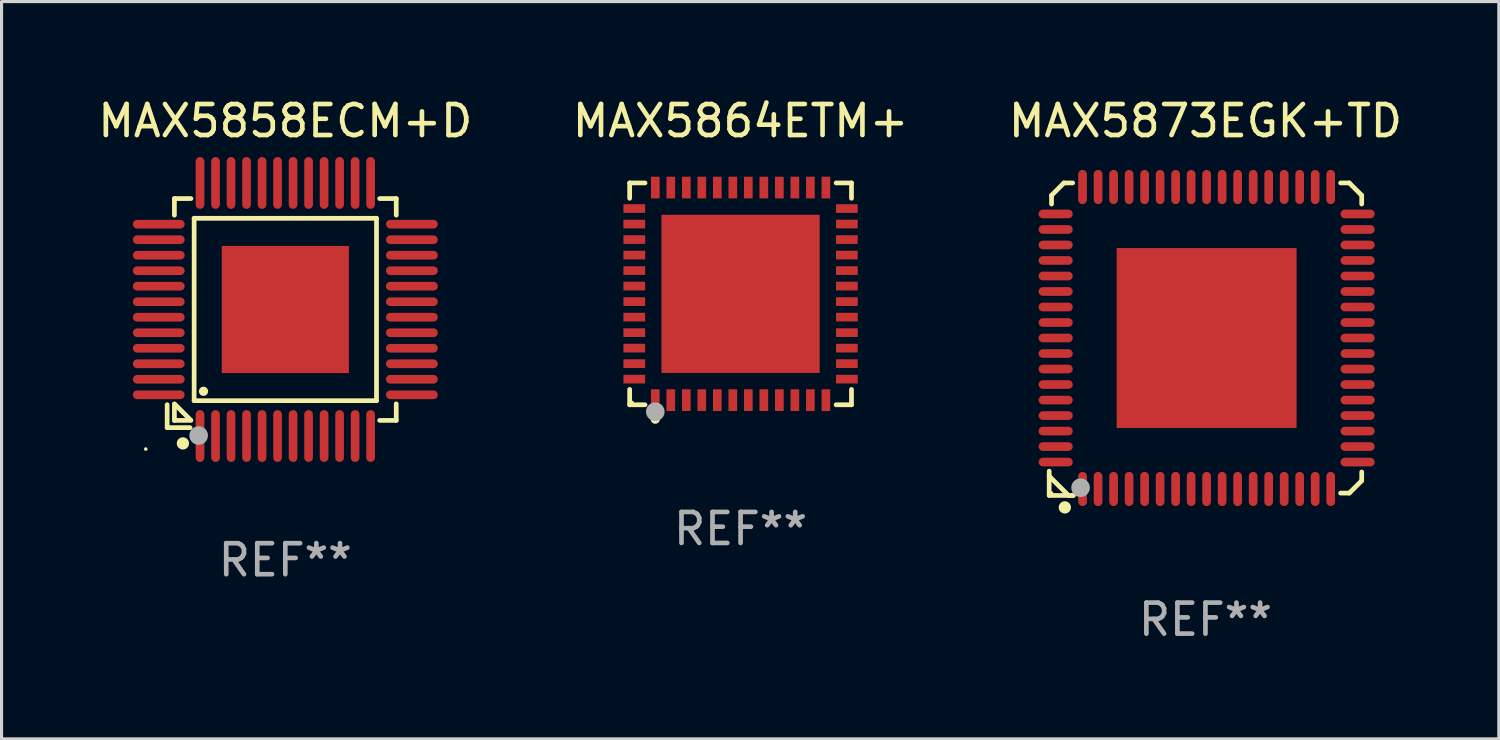
<source format=kicad_pcb>
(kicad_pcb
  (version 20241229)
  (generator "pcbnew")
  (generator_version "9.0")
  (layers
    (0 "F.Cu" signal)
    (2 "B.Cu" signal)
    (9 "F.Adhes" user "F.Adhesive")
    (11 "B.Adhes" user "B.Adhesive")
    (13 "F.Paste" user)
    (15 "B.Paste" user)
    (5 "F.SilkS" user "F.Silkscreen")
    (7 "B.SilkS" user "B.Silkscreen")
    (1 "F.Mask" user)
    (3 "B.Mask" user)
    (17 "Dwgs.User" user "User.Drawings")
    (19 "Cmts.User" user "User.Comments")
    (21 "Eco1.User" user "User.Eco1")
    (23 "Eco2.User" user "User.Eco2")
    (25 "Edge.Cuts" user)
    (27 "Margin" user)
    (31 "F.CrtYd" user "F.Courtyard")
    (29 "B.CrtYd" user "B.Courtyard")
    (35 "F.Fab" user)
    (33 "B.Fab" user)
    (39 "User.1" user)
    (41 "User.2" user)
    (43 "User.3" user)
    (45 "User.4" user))
  (footprint "MAX5858ECM+D"
    (layer "F.Cu")
    (at 6.149 6.928)
    (property "Reference" "MAX5858ECM+D" (at 0 -6.08 0) (layer "F.SilkS") (effects (font (size 1 1) (thickness 0.15))))
    (attr through_hole)
    (fp_line (start -3.81 3.07) (end -3.81 3.81) (stroke (width 0.152) (type solid)) (layer "F.SilkS"))
    (fp_line (start -3.81 3.81) (end -3.07 3.81) (stroke (width 0.152) (type solid)) (layer "F.SilkS"))
    (fp_line (start -3.576 -3.576) (end -3.576 -3.042) (stroke (width 0.152) (type solid)) (layer "F.SilkS"))
    (fp_line (start -3.576 3.576) (end -3.576 3.042) (stroke (width 0.152) (type solid)) (layer "F.SilkS"))
    (fp_line (start -3.549 3.069) (end -3.069 3.549) (stroke (width 0.152) (type solid)) (layer "F.SilkS"))
    (fp_line (start -3.042 -3.576) (end -3.576 -3.576) (stroke (width 0.152) (type solid)) (layer "F.SilkS"))
    (fp_line (start -3.042 3.576) (end -3.576 3.576) (stroke (width 0.152) (type solid)) (layer "F.SilkS"))
    (fp_line (start -2.94 -2.94) (end 2.94 -2.94) (stroke (width 0.152) (type solid)) (layer "F.SilkS"))
    (fp_line (start -2.94 2.94) (end -2.94 -2.94) (stroke (width 0.152) (type solid)) (layer "F.SilkS"))
    (fp_line (start 2.94 -2.94) (end 2.94 2.94) (stroke (width 0.152) (type solid)) (layer "F.SilkS"))
    (fp_line (start 2.94 2.94) (end -2.94 2.94) (stroke (width 0.152) (type solid)) (layer "F.SilkS"))
    (fp_line (start 3.042 -3.576) (end 3.576 -3.576) (stroke (width 0.152) (type solid)) (layer "F.SilkS"))
    (fp_line (start 3.042 3.576) (end 3.576 3.576) (stroke (width 0.152) (type solid)) (layer "F.SilkS"))
    (fp_line (start 3.576 -3.576) (end 3.576 -3.042) (stroke (width 0.152) (type solid)) (layer "F.SilkS"))
    (fp_line (start 3.576 3.576) (end 3.576 3.042) (stroke (width 0.152) (type solid)) (layer "F.SilkS"))
    (fp_circle (center -4.5 4.5) (end -4.47 4.5) (stroke (width 0.06) (type solid)) (fill no) (layer "F.SilkS"))
    (fp_circle (center -3.302 4.318) (end -3.202 4.318) (stroke (width 0.2) (type solid)) (fill no) (layer "F.SilkS"))
    (fp_circle (center -2.638 2.638) (end -2.563 2.638) (stroke (width 0.15) (type solid)) (fill no) (layer "F.SilkS"))
    (fp_circle (center -2.794 4.064) (end -2.644 4.064) (stroke (width 0.3) (type solid)) (fill no) (layer "F.Fab"))
    (fp_text user "REF**" (at 0 8.08 0) (layer "F.Fab") (effects (font (size 1 1) (thickness 0.15))))
    (pad "1" smd oval (at -2.75 4.08) (size 0.28 1.67) (layers "F.Cu" "F.Mask" "F.Paste"))
    (pad "2" smd oval (at -2.25 4.08) (size 0.28 1.67) (layers "F.Cu" "F.Mask" "F.Paste"))
    (pad "3" smd oval (at -1.75 4.08) (size 0.28 1.67) (layers "F.Cu" "F.Mask" "F.Paste"))
    (pad "4" smd oval (at -1.25 4.08) (size 0.28 1.67) (layers "F.Cu" "F.Mask" "F.Paste"))
    (pad "5" smd oval (at -0.75 4.08) (size 0.28 1.67) (layers "F.Cu" "F.Mask" "F.Paste"))
    (pad "6" smd oval (at -0.25 4.08) (size 0.28 1.67) (layers "F.Cu" "F.Mask" "F.Paste"))
    (pad "7" smd oval (at 0.25 4.08) (size 0.28 1.67) (layers "F.Cu" "F.Mask" "F.Paste"))
    (pad "8" smd oval (at 0.75 4.08) (size 0.28 1.67) (layers "F.Cu" "F.Mask" "F.Paste"))
    (pad "9" smd oval (at 1.25 4.08) (size 0.28 1.67) (layers "F.Cu" "F.Mask" "F.Paste"))
    (pad "10" smd oval (at 1.75 4.08) (size 0.28 1.67) (layers "F.Cu" "F.Mask" "F.Paste"))
    (pad "11" smd oval (at 2.25 4.08) (size 0.28 1.67) (layers "F.Cu" "F.Mask" "F.Paste"))
    (pad "12" smd oval (at 2.75 4.08) (size 0.28 1.67) (layers "F.Cu" "F.Mask" "F.Paste"))
    (pad "13" smd oval (at 4.08 2.75) (size 1.67 0.28) (layers "F.Cu" "F.Mask" "F.Paste"))
    (pad "14" smd oval (at 4.08 2.25) (size 1.67 0.28) (layers "F.Cu" "F.Mask" "F.Paste"))
    (pad "15" smd oval (at 4.08 1.75) (size 1.67 0.28) (layers "F.Cu" "F.Mask" "F.Paste"))
    (pad "16" smd oval (at 4.08 1.25) (size 1.67 0.28) (layers "F.Cu" "F.Mask" "F.Paste"))
    (pad "17" smd oval (at 4.08 0.75) (size 1.67 0.28) (layers "F.Cu" "F.Mask" "F.Paste"))
    (pad "18" smd oval (at 4.08 0.25) (size 1.67 0.28) (layers "F.Cu" "F.Mask" "F.Paste"))
    (pad "19" smd oval (at 4.08 -0.25) (size 1.67 0.28) (layers "F.Cu" "F.Mask" "F.Paste"))
    (pad "20" smd oval (at 4.08 -0.75) (size 1.67 0.28) (layers "F.Cu" "F.Mask" "F.Paste"))
    (pad "21" smd oval (at 4.08 -1.25) (size 1.67 0.28) (layers "F.Cu" "F.Mask" "F.Paste"))
    (pad "22" smd oval (at 4.08 -1.75) (size 1.67 0.28) (layers "F.Cu" "F.Mask" "F.Paste"))
    (pad "23" smd oval (at 4.08 -2.25) (size 1.67 0.28) (layers "F.Cu" "F.Mask" "F.Paste"))
    (pad "24" smd oval (at 4.08 -2.75) (size 1.67 0.28) (layers "F.Cu" "F.Mask" "F.Paste"))
    (pad "25" smd oval (at 2.75 -4.08) (size 0.28 1.67) (layers "F.Cu" "F.Mask" "F.Paste"))
    (pad "26" smd oval (at 2.25 -4.08) (size 0.28 1.67) (layers "F.Cu" "F.Mask" "F.Paste"))
    (pad "27" smd oval (at 1.75 -4.08) (size 0.28 1.67) (layers "F.Cu" "F.Mask" "F.Paste"))
    (pad "28" smd oval (at 1.25 -4.08) (size 0.28 1.67) (layers "F.Cu" "F.Mask" "F.Paste"))
    (pad "29" smd oval (at 0.75 -4.08) (size 0.28 1.67) (layers "F.Cu" "F.Mask" "F.Paste"))
    (pad "30" smd oval (at 0.25 -4.08) (size 0.28 1.67) (layers "F.Cu" "F.Mask" "F.Paste"))
    (pad "31" smd oval (at -0.25 -4.08) (size 0.28 1.67) (layers "F.Cu" "F.Mask" "F.Paste"))
    (pad "32" smd oval (at -0.75 -4.08) (size 0.28 1.67) (layers "F.Cu" "F.Mask" "F.Paste"))
    (pad "33" smd oval (at -1.25 -4.08) (size 0.28 1.67) (layers "F.Cu" "F.Mask" "F.Paste"))
    (pad "34" smd oval (at -1.75 -4.08) (size 0.28 1.67) (layers "F.Cu" "F.Mask" "F.Paste"))
    (pad "35" smd oval (at -2.25 -4.08) (size 0.28 1.67) (layers "F.Cu" "F.Mask" "F.Paste"))
    (pad "36" smd oval (at -2.75 -4.08) (size 0.28 1.67) (layers "F.Cu" "F.Mask" "F.Paste"))
    (pad "37" smd oval (at -4.08 -2.75) (size 1.67 0.28) (layers "F.Cu" "F.Mask" "F.Paste"))
    (pad "38" smd oval (at -4.08 -2.25) (size 1.67 0.28) (layers "F.Cu" "F.Mask" "F.Paste"))
    (pad "39" smd oval (at -4.08 -1.75) (size 1.67 0.28) (layers "F.Cu" "F.Mask" "F.Paste"))
    (pad "40" smd oval (at -4.08 -1.25) (size 1.67 0.28) (layers "F.Cu" "F.Mask" "F.Paste"))
    (pad "41" smd oval (at -4.08 -0.75) (size 1.67 0.28) (layers "F.Cu" "F.Mask" "F.Paste"))
    (pad "42" smd oval (at -4.08 -0.25) (size 1.67 0.28) (layers "F.Cu" "F.Mask" "F.Paste"))
    (pad "43" smd oval (at -4.08 0.25) (size 1.67 0.28) (layers "F.Cu" "F.Mask" "F.Paste"))
    (pad "44" smd oval (at -4.08 0.75) (size 1.67 0.28) (layers "F.Cu" "F.Mask" "F.Paste"))
    (pad "45" smd oval (at -4.08 1.25) (size 1.67 0.28) (layers "F.Cu" "F.Mask" "F.Paste"))
    (pad "46" smd oval (at -4.08 1.75) (size 1.67 0.28) (layers "F.Cu" "F.Mask" "F.Paste"))
    (pad "47" smd oval (at -4.08 2.25) (size 1.67 0.28) (layers "F.Cu" "F.Mask" "F.Paste"))
    (pad "48" smd oval (at -4.08 2.75) (size 1.67 0.28) (layers "F.Cu" "F.Mask" "F.Paste"))
    (pad "49" smd rect (at 0 0) (size 4.1 4.1) (layers "F.Cu" "F.Mask" "F.Paste")))
  (footprint "MAX5864ETM+"
    (layer "F.Cu")
    (at 20.827 6.424)
    (property "Reference" "MAX5864ETM+" (at 0 -5.576 0) (layer "F.SilkS") (effects (font (size 1 1) (thickness 0.15))))
    (attr through_hole)
    (fp_line (start -3.576 -3.576) (end -3.081 -3.576) (stroke (width 0.152) (type solid)) (layer "F.SilkS"))
    (fp_line (start -3.576 -3.081) (end -3.576 -3.576) (stroke (width 0.152) (type solid)) (layer "F.SilkS"))
    (fp_line (start -3.576 3.081) (end -3.576 3.576) (stroke (width 0.152) (type solid)) (layer "F.SilkS"))
    (fp_line (start -3.576 3.576) (end -3.081 3.576) (stroke (width 0.152) (type solid)) (layer "F.SilkS"))
    (fp_line (start 3.576 -3.576) (end 3.081 -3.576) (stroke (width 0.152) (type solid)) (layer "F.SilkS"))
    (fp_line (start 3.576 -3.081) (end 3.576 -3.576) (stroke (width 0.152) (type solid)) (layer "F.SilkS"))
    (fp_line (start 3.576 3.081) (end 3.576 3.576) (stroke (width 0.152) (type solid)) (layer "F.SilkS"))
    (fp_line (start 3.576 3.576) (end 3.081 3.576) (stroke (width 0.152) (type solid)) (layer "F.SilkS"))
    (fp_circle (center -3.5 3.5) (end -3.47 3.5) (stroke (width 0.06) (type solid)) (fill no) (layer "F.SilkS"))
    (fp_circle (center -2.75 4.04) (end -2.675 4.04) (stroke (width 0.15) (type solid)) (fill no) (layer "F.SilkS"))
    (fp_circle (center -2.75 3.8) (end -2.6 3.8) (stroke (width 0.3) (type solid)) (fill no) (layer "F.Fab"))
    (fp_text user "REF**" (at 0 7.576 0) (layer "F.Fab") (effects (font (size 1 1) (thickness 0.15))))
    (pad "1" smd rect (at -2.75 3.427) (size 0.28 0.7) (layers "F.Cu" "F.Mask" "F.Paste"))
    (pad "2" smd rect (at -2.25 3.427) (size 0.28 0.7) (layers "F.Cu" "F.Mask" "F.Paste"))
    (pad "3" smd rect (at -1.75 3.427) (size 0.28 0.7) (layers "F.Cu" "F.Mask" "F.Paste"))
    (pad "4" smd rect (at -1.25 3.427) (size 0.28 0.7) (layers "F.Cu" "F.Mask" "F.Paste"))
    (pad "5" smd rect (at -0.75 3.427) (size 0.28 0.7) (layers "F.Cu" "F.Mask" "F.Paste"))
    (pad "6" smd rect (at -0.25 3.427) (size 0.28 0.7) (layers "F.Cu" "F.Mask" "F.Paste"))
    (pad "7" smd rect (at 0.25 3.427) (size 0.28 0.7) (layers "F.Cu" "F.Mask" "F.Paste"))
    (pad "8" smd rect (at 0.75 3.427) (size 0.28 0.7) (layers "F.Cu" "F.Mask" "F.Paste"))
    (pad "9" smd rect (at 1.25 3.427) (size 0.28 0.7) (layers "F.Cu" "F.Mask" "F.Paste"))
    (pad "10" smd rect (at 1.75 3.427) (size 0.28 0.7) (layers "F.Cu" "F.Mask" "F.Paste"))
    (pad "11" smd rect (at 2.25 3.427) (size 0.28 0.7) (layers "F.Cu" "F.Mask" "F.Paste"))
    (pad "12" smd rect (at 2.75 3.427) (size 0.28 0.7) (layers "F.Cu" "F.Mask" "F.Paste"))
    (pad "13" smd rect (at 3.427 2.75) (size 0.7 0.28) (layers "F.Cu" "F.Mask" "F.Paste"))
    (pad "14" smd rect (at 3.427 2.25) (size 0.7 0.28) (layers "F.Cu" "F.Mask" "F.Paste"))
    (pad "15" smd rect (at 3.427 1.75) (size 0.7 0.28) (layers "F.Cu" "F.Mask" "F.Paste"))
    (pad "16" smd rect (at 3.427 1.25) (size 0.7 0.28) (layers "F.Cu" "F.Mask" "F.Paste"))
    (pad "17" smd rect (at 3.427 0.75) (size 0.7 0.28) (layers "F.Cu" "F.Mask" "F.Paste"))
    (pad "18" smd rect (at 3.427 0.25) (size 0.7 0.28) (layers "F.Cu" "F.Mask" "F.Paste"))
    (pad "19" smd rect (at 3.427 -0.25) (size 0.7 0.28) (layers "F.Cu" "F.Mask" "F.Paste"))
    (pad "20" smd rect (at 3.427 -0.75) (size 0.7 0.28) (layers "F.Cu" "F.Mask" "F.Paste"))
    (pad "21" smd rect (at 3.427 -1.25) (size 0.7 0.28) (layers "F.Cu" "F.Mask" "F.Paste"))
    (pad "22" smd rect (at 3.427 -1.75) (size 0.7 0.28) (layers "F.Cu" "F.Mask" "F.Paste"))
    (pad "23" smd rect (at 3.427 -2.25) (size 0.7 0.28) (layers "F.Cu" "F.Mask" "F.Paste"))
    (pad "24" smd rect (at 3.427 -2.75) (size 0.7 0.28) (layers "F.Cu" "F.Mask" "F.Paste"))
    (pad "25" smd rect (at 2.75 -3.427) (size 0.28 0.7) (layers "F.Cu" "F.Mask" "F.Paste"))
    (pad "26" smd rect (at 2.25 -3.427) (size 0.28 0.7) (layers "F.Cu" "F.Mask" "F.Paste"))
    (pad "27" smd rect (at 1.75 -3.427) (size 0.28 0.7) (layers "F.Cu" "F.Mask" "F.Paste"))
    (pad "28" smd rect (at 1.25 -3.427) (size 0.28 0.7) (layers "F.Cu" "F.Mask" "F.Paste"))
    (pad "29" smd rect (at 0.75 -3.427) (size 0.28 0.7) (layers "F.Cu" "F.Mask" "F.Paste"))
    (pad "30" smd rect (at 0.25 -3.427) (size 0.28 0.7) (layers "F.Cu" "F.Mask" "F.Paste"))
    (pad "31" smd rect (at -0.25 -3.427) (size 0.28 0.7) (layers "F.Cu" "F.Mask" "F.Paste"))
    (pad "32" smd rect (at -0.75 -3.427) (size 0.28 0.7) (layers "F.Cu" "F.Mask" "F.Paste"))
    (pad "33" smd rect (at -1.25 -3.427) (size 0.28 0.7) (layers "F.Cu" "F.Mask" "F.Paste"))
    (pad "34" smd rect (at -1.75 -3.427) (size 0.28 0.7) (layers "F.Cu" "F.Mask" "F.Paste"))
    (pad "35" smd rect (at -2.25 -3.427) (size 0.28 0.7) (layers "F.Cu" "F.Mask" "F.Paste"))
    (pad "36" smd rect (at -2.75 -3.427) (size 0.28 0.7) (layers "F.Cu" "F.Mask" "F.Paste"))
    (pad "37" smd rect (at -3.427 -2.75) (size 0.7 0.28) (layers "F.Cu" "F.Mask" "F.Paste"))
    (pad "38" smd rect (at -3.427 -2.25) (size 0.7 0.28) (layers "F.Cu" "F.Mask" "F.Paste"))
    (pad "39" smd rect (at -3.427 -1.75) (size 0.7 0.28) (layers "F.Cu" "F.Mask" "F.Paste"))
    (pad "40" smd rect (at -3.427 -1.25) (size 0.7 0.28) (layers "F.Cu" "F.Mask" "F.Paste"))
    (pad "41" smd rect (at -3.427 -0.75) (size 0.7 0.28) (layers "F.Cu" "F.Mask" "F.Paste"))
    (pad "42" smd rect (at -3.427 -0.25) (size 0.7 0.28) (layers "F.Cu" "F.Mask" "F.Paste"))
    (pad "43" smd rect (at -3.427 0.25) (size 0.7 0.28) (layers "F.Cu" "F.Mask" "F.Paste"))
    (pad "44" smd rect (at -3.427 0.75) (size 0.7 0.28) (layers "F.Cu" "F.Mask" "F.Paste"))
    (pad "45" smd rect (at -3.427 1.25) (size 0.7 0.28) (layers "F.Cu" "F.Mask" "F.Paste"))
    (pad "46" smd rect (at -3.427 1.75) (size 0.7 0.28) (layers "F.Cu" "F.Mask" "F.Paste"))
    (pad "47" smd rect (at -3.427 2.25) (size 0.7 0.28) (layers "F.Cu" "F.Mask" "F.Paste"))
    (pad "48" smd rect (at -3.427 2.75) (size 0.7 0.28) (layers "F.Cu" "F.Mask" "F.Paste"))
    (pad "49" smd rect (at 0 0) (size 5.1 5.1) (layers "F.Cu" "F.Mask" "F.Paste")))
  (footprint "MAX5873EGK+TD"
    (layer "F.Cu")
    (at 35.815 7.886)
    (property "Reference" "MAX5873EGK+TD" (at 0 -7.038 0) (layer "F.SilkS") (effects (font (size 1 1) (thickness 0.15))))
    (attr through_hole)
    (fp_line (start -5.038 5.038) (end -5.038 4.254) (stroke (width 0.152) (type solid)) (layer "F.SilkS"))
    (fp_line (start -4.962 -4.638) (end -4.562 -5.038) (stroke (width 0.152) (type solid)) (layer "F.SilkS"))
    (fp_line (start -4.962 -4.358) (end -4.962 -4.638) (stroke (width 0.152) (type solid)) (layer "F.SilkS"))
    (fp_line (start -4.562 -5.038) (end -4.282 -5.038) (stroke (width 0.152) (type solid)) (layer "F.SilkS"))
    (fp_line (start -4.416 5.038) (end -5.038 4.416) (stroke (width 0.152) (type solid)) (layer "F.SilkS"))
    (fp_line (start -4.282 5.038) (end -4.416 5.038) (stroke (width 0.152) (type solid)) (layer "F.SilkS"))
    (fp_line (start -4.254 5.038) (end -5.038 5.038) (stroke (width 0.152) (type solid)) (layer "F.SilkS"))
    (fp_line (start 4.358 -5.038) (end 4.638 -5.038) (stroke (width 0.152) (type solid)) (layer "F.SilkS"))
    (fp_line (start 4.638 -5.038) (end 5.038 -4.638) (stroke (width 0.152) (type solid)) (layer "F.SilkS"))
    (fp_line (start 4.638 4.962) (end 4.358 4.962) (stroke (width 0.152) (type solid)) (layer "F.SilkS"))
    (fp_line (start 5.038 -4.638) (end 5.038 -4.358) (stroke (width 0.152) (type solid)) (layer "F.SilkS"))
    (fp_line (start 5.038 4.282) (end 5.038 4.562) (stroke (width 0.152) (type solid)) (layer "F.SilkS"))
    (fp_line (start 5.038 4.562) (end 4.638 4.962) (stroke (width 0.152) (type solid)) (layer "F.SilkS"))
    (fp_circle (center -4.962 4.962) (end -4.932 4.962) (stroke (width 0.06) (type solid)) (fill no) (layer "F.SilkS"))
    (fp_circle (center -4.534 5.423) (end -4.434 5.423) (stroke (width 0.2) (type solid)) (fill no) (layer "F.SilkS"))
    (fp_circle (center -4.026 4.788) (end -3.876 4.788) (stroke (width 0.3) (type solid)) (fill no) (layer "F.Fab"))
    (fp_text user "REF**" (at 0 9.038 0) (layer "F.Fab") (effects (font (size 1 1) (thickness 0.15))))
    (pad "1" smd oval (at -3.962 4.829) (size 0.28 1.1) (layers "F.Cu" "F.Mask" "F.Paste"))
    (pad "2" smd oval (at -3.462 4.829) (size 0.28 1.1) (layers "F.Cu" "F.Mask" "F.Paste"))
    (pad "3" smd oval (at -2.962 4.829) (size 0.28 1.1) (layers "F.Cu" "F.Mask" "F.Paste"))
    (pad "4" smd oval (at -2.462 4.829) (size 0.28 1.1) (layers "F.Cu" "F.Mask" "F.Paste"))
    (pad "5" smd oval (at -1.962 4.829) (size 0.28 1.1) (layers "F.Cu" "F.Mask" "F.Paste"))
    (pad "6" smd oval (at -1.462 4.829) (size 0.28 1.1) (layers "F.Cu" "F.Mask" "F.Paste"))
    (pad "7" smd oval (at -0.962 4.829) (size 0.28 1.1) (layers "F.Cu" "F.Mask" "F.Paste"))
    (pad "8" smd oval (at -0.462 4.829) (size 0.28 1.1) (layers "F.Cu" "F.Mask" "F.Paste"))
    (pad "9" smd oval (at 0.038 4.829) (size 0.28 1.1) (layers "F.Cu" "F.Mask" "F.Paste"))
    (pad "10" smd oval (at 0.538 4.829) (size 0.28 1.1) (layers "F.Cu" "F.Mask" "F.Paste"))
    (pad "11" smd oval (at 1.038 4.829) (size 0.28 1.1) (layers "F.Cu" "F.Mask" "F.Paste"))
    (pad "12" smd oval (at 1.538 4.829) (size 0.28 1.1) (layers "F.Cu" "F.Mask" "F.Paste"))
    (pad "13" smd oval (at 2.038 4.829) (size 0.28 1.1) (layers "F.Cu" "F.Mask" "F.Paste"))
    (pad "14" smd oval (at 2.538 4.829) (size 0.28 1.1) (layers "F.Cu" "F.Mask" "F.Paste"))
    (pad "15" smd oval (at 3.038 4.829) (size 0.28 1.1) (layers "F.Cu" "F.Mask" "F.Paste"))
    (pad "16" smd oval (at 3.538 4.829) (size 0.28 1.1) (layers "F.Cu" "F.Mask" "F.Paste"))
    (pad "17" smd oval (at 4.038 4.829) (size 0.28 1.1) (layers "F.Cu" "F.Mask" "F.Paste"))
    (pad "18" smd oval (at 4.906 3.962) (size 1.1 0.28) (layers "F.Cu" "F.Mask" "F.Paste"))
    (pad "19" smd oval (at 4.906 3.462) (size 1.1 0.28) (layers "F.Cu" "F.Mask" "F.Paste"))
    (pad "20" smd oval (at 4.906 2.962) (size 1.1 0.28) (layers "F.Cu" "F.Mask" "F.Paste"))
    (pad "21" smd oval (at 4.906 2.462) (size 1.1 0.28) (layers "F.Cu" "F.Mask" "F.Paste"))
    (pad "22" smd oval (at 4.906 1.962) (size 1.1 0.28) (layers "F.Cu" "F.Mask" "F.Paste"))
    (pad "23" smd oval (at 4.906 1.462) (size 1.1 0.28) (layers "F.Cu" "F.Mask" "F.Paste"))
    (pad "24" smd oval (at 4.906 0.962) (size 1.1 0.28) (layers "F.Cu" "F.Mask" "F.Paste"))
    (pad "25" smd oval (at 4.906 0.462) (size 1.1 0.28) (layers "F.Cu" "F.Mask" "F.Paste"))
    (pad "26" smd oval (at 4.906 -0.038) (size 1.1 0.28) (layers "F.Cu" "F.Mask" "F.Paste"))
    (pad "27" smd oval (at 4.906 -0.538) (size 1.1 0.28) (layers "F.Cu" "F.Mask" "F.Paste"))
    (pad "28" smd oval (at 4.906 -1.038) (size 1.1 0.28) (layers "F.Cu" "F.Mask" "F.Paste"))
    (pad "29" smd oval (at 4.906 -1.538) (size 1.1 0.28) (layers "F.Cu" "F.Mask" "F.Paste"))
    (pad "30" smd oval (at 4.906 -2.038) (size 1.1 0.28) (layers "F.Cu" "F.Mask" "F.Paste"))
    (pad "31" smd oval (at 4.906 -2.538) (size 1.1 0.28) (layers "F.Cu" "F.Mask" "F.Paste"))
    (pad "32" smd oval (at 4.906 -3.038) (size 1.1 0.28) (layers "F.Cu" "F.Mask" "F.Paste"))
    (pad "33" smd oval (at 4.906 -3.538) (size 1.1 0.28) (layers "F.Cu" "F.Mask" "F.Paste"))
    (pad "34" smd oval (at 4.906 -4.038) (size 1.1 0.28) (layers "F.Cu" "F.Mask" "F.Paste"))
    (pad "35" smd oval (at 4.038 -4.906) (size 0.28 1.1) (layers "F.Cu" "F.Mask" "F.Paste"))
    (pad "36" smd oval (at 3.538 -4.906) (size 0.28 1.1) (layers "F.Cu" "F.Mask" "F.Paste"))
    (pad "37" smd oval (at 3.038 -4.906) (size 0.28 1.1) (layers "F.Cu" "F.Mask" "F.Paste"))
    (pad "38" smd oval (at 2.538 -4.906) (size 0.28 1.1) (layers "F.Cu" "F.Mask" "F.Paste"))
    (pad "39" smd oval (at 2.038 -4.906) (size 0.28 1.1) (layers "F.Cu" "F.Mask" "F.Paste"))
    (pad "40" smd oval (at 1.538 -4.906) (size 0.28 1.1) (layers "F.Cu" "F.Mask" "F.Paste"))
    (pad "41" smd oval (at 1.038 -4.906) (size 0.28 1.1) (layers "F.Cu" "F.Mask" "F.Paste"))
    (pad "42" smd oval (at 0.538 -4.906) (size 0.28 1.1) (layers "F.Cu" "F.Mask" "F.Paste"))
    (pad "43" smd oval (at 0.038 -4.906) (size 0.28 1.1) (layers "F.Cu" "F.Mask" "F.Paste"))
    (pad "44" smd oval (at -0.462 -4.906) (size 0.28 1.1) (layers "F.Cu" "F.Mask" "F.Paste"))
    (pad "45" smd oval (at -0.962 -4.906) (size 0.28 1.1) (layers "F.Cu" "F.Mask" "F.Paste"))
    (pad "46" smd oval (at -1.462 -4.906) (size 0.28 1.1) (layers "F.Cu" "F.Mask" "F.Paste"))
    (pad "47" smd oval (at -1.962 -4.906) (size 0.28 1.1) (layers "F.Cu" "F.Mask" "F.Paste"))
    (pad "48" smd oval (at -2.462 -4.906) (size 0.28 1.1) (layers "F.Cu" "F.Mask" "F.Paste"))
    (pad "49" smd oval (at -2.962 -4.906) (size 0.28 1.1) (layers "F.Cu" "F.Mask" "F.Paste"))
    (pad "50" smd oval (at -3.462 -4.906) (size 0.28 1.1) (layers "F.Cu" "F.Mask" "F.Paste"))
    (pad "51" smd oval (at -3.962 -4.906) (size 0.28 1.1) (layers "F.Cu" "F.Mask" "F.Paste"))
    (pad "52" smd oval (at -4.829 -4.038) (size 1.1 0.28) (layers "F.Cu" "F.Mask" "F.Paste"))
    (pad "53" smd oval (at -4.829 -3.538) (size 1.1 0.28) (layers "F.Cu" "F.Mask" "F.Paste"))
    (pad "54" smd oval (at -4.829 -3.038) (size 1.1 0.28) (layers "F.Cu" "F.Mask" "F.Paste"))
    (pad "55" smd oval (at -4.829 -2.538) (size 1.1 0.28) (layers "F.Cu" "F.Mask" "F.Paste"))
    (pad "56" smd oval (at -4.829 -2.038) (size 1.1 0.28) (layers "F.Cu" "F.Mask" "F.Paste"))
    (pad "57" smd oval (at -4.829 -1.538) (size 1.1 0.28) (layers "F.Cu" "F.Mask" "F.Paste"))
    (pad "58" smd oval (at -4.829 -1.038) (size 1.1 0.28) (layers "F.Cu" "F.Mask" "F.Paste"))
    (pad "59" smd oval (at -4.829 -0.538) (size 1.1 0.28) (layers "F.Cu" "F.Mask" "F.Paste"))
    (pad "60" smd oval (at -4.829 -0.038) (size 1.1 0.28) (layers "F.Cu" "F.Mask" "F.Paste"))
    (pad "61" smd oval (at -4.829 0.462) (size 1.1 0.28) (layers "F.Cu" "F.Mask" "F.Paste"))
    (pad "62" smd oval (at -4.829 0.962) (size 1.1 0.28) (layers "F.Cu" "F.Mask" "F.Paste"))
    (pad "63" smd oval (at -4.829 1.462) (size 1.1 0.28) (layers "F.Cu" "F.Mask" "F.Paste"))
    (pad "64" smd oval (at -4.829 1.962) (size 1.1 0.28) (layers "F.Cu" "F.Mask" "F.Paste"))
    (pad "65" smd oval (at -4.829 2.462) (size 1.1 0.28) (layers "F.Cu" "F.Mask" "F.Paste"))
    (pad "66" smd oval (at -4.829 2.962) (size 1.1 0.28) (layers "F.Cu" "F.Mask" "F.Paste"))
    (pad "67" smd oval (at -4.829 3.462) (size 1.1 0.28) (layers "F.Cu" "F.Mask" "F.Paste"))
    (pad "68" smd oval (at -4.829 3.962) (size 1.1 0.28) (layers "F.Cu" "F.Mask" "F.Paste"))
    (pad "69" smd rect (at 0.038 -0.038) (size 5.8 5.8) (layers "F.Cu" "F.Mask" "F.Paste")))
  (gr_rect
    (start -3 -3)
    (end 45.274 20.773)
    (stroke (width 0.1) (type default))
    (fill no)
    (layer "Edge.Cuts")))
</source>
